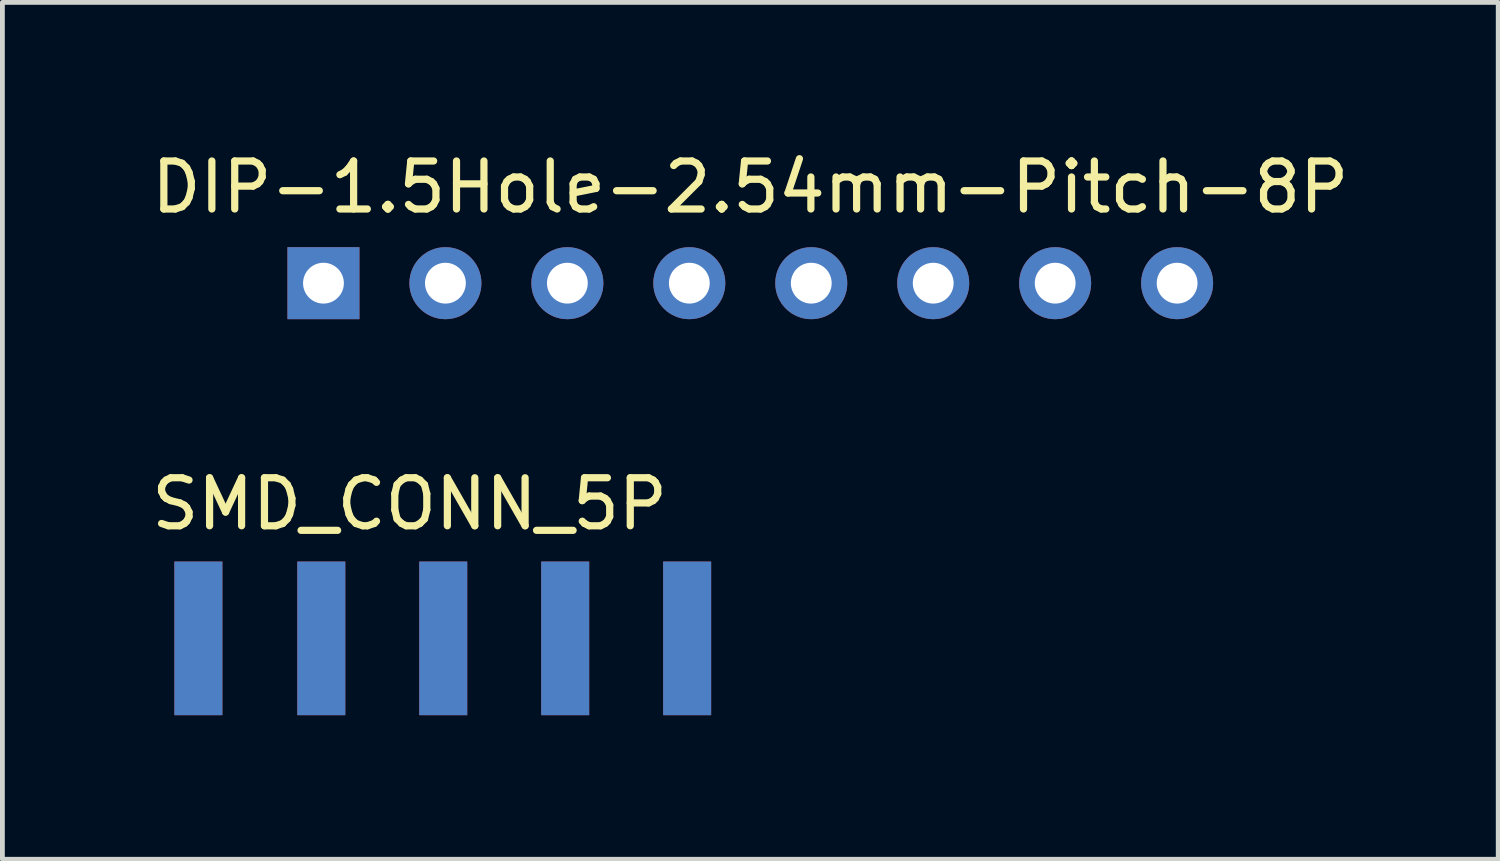
<source format=kicad_pcb>
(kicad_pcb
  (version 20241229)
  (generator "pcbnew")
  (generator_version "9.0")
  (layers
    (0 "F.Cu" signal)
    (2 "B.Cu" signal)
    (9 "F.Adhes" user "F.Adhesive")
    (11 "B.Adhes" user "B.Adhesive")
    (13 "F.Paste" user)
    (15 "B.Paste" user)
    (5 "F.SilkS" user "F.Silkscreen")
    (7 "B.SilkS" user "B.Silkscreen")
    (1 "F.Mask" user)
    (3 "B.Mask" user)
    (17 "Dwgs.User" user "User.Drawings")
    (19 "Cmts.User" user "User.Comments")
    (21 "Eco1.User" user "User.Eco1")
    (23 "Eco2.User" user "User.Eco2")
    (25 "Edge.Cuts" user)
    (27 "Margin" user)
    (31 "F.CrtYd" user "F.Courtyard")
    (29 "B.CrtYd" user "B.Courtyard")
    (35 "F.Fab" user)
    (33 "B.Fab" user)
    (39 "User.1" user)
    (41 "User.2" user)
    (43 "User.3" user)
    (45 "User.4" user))
  (footprint "DIP-1.5Hole-2.54mm-Pitch-8P"
    (layer "F.Cu")
    (at 12.577 2.848)
    (property "Reference" "DIP-1.5Hole-2.54mm-Pitch-8P" (at 0 -2 0) (layer "F.SilkS") (effects (font (size 1 1) (thickness 0.15))))
    (attr through_hole)
    (pad "1" thru_hole rect (at -8.89 0) (size 1.5 1.5) (drill 0.85) (layers "*.Cu" "*.Mask"))
    (pad "2" thru_hole circle (at -6.35 0) (size 1.5 1.5) (drill 0.85) (layers "*.Cu" "*.Mask"))
    (pad "3" thru_hole circle (at -3.81 0) (size 1.5 1.5) (drill 0.85) (layers "*.Cu" "*.Mask"))
    (pad "4" thru_hole circle (at -1.27 0) (size 1.5 1.5) (drill 0.85) (layers "*.Cu" "*.Mask"))
    (pad "5" thru_hole circle (at 1.27 0) (size 1.5 1.5) (drill 0.85) (layers "*.Cu" "*.Mask"))
    (pad "6" thru_hole circle (at 3.81 0) (size 1.5 1.5) (drill 0.85) (layers "*.Cu" "*.Mask"))
    (pad "7" thru_hole circle (at 6.35 0) (size 1.5 1.5) (drill 0.85) (layers "*.Cu" "*.Mask"))
    (pad "8" thru_hole circle (at 8.89 0) (size 1.5 1.5) (drill 0.85) (layers "*.Cu" "*.Mask")))
  (footprint "SMD_CONN_5P"
    (layer "F.Cu")
    (at 6.182 10.246)
    (property "Reference" "SMD_CONN_5P" (at -0.7 -2.8 0) (layer "F.SilkS") (effects (font (size 1 1) (thickness 0.15))))
    (attr through_hole)
    (pad "1" smd rect (at -5.1 0 180) (size 1 3.2) (layers "F.Cu" "F.Mask" "F.Paste"))
    (pad "2" smd rect (at -2.54 0 180) (size 1 3.2) (layers "F.Cu" "F.Mask" "F.Paste"))
    (pad "3" smd rect (at 0 0) (size 1 3.2) (layers "F.Cu" "F.Mask" "F.Paste"))
    (pad "4" smd rect (at 2.54 0) (size 1 3.2) (layers "F.Cu" "F.Mask" "F.Paste"))
    (pad "5" smd rect (at 5.08 0) (size 1 3.2) (layers "F.Cu" "F.Mask" "F.Paste"))
    (pad "6" smd rect (at 5.08 0) (size 1 3.2) (layers "B.Cu" "B.Mask" "B.Paste"))
    (pad "7" smd rect (at 2.54 0) (size 1 3.2) (layers "B.Cu" "B.Mask" "B.Paste"))
    (pad "8" smd rect (at 0 0) (size 1 3.2) (layers "B.Cu" "B.Mask" "B.Paste"))
    (pad "9" smd rect (at -2.54 0 180) (size 1 3.2) (layers "B.Cu" "B.Mask" "B.Paste"))
    (pad "10" smd rect (at -5.1 0 180) (size 1 3.2) (layers "B.Cu" "B.Mask" "B.Paste")))
  (gr_rect
    (start -3 -3)
    (end 28.155 14.847)
    (stroke (width 0.1) (type default))
    (fill no)
    (layer "Edge.Cuts")))
</source>
